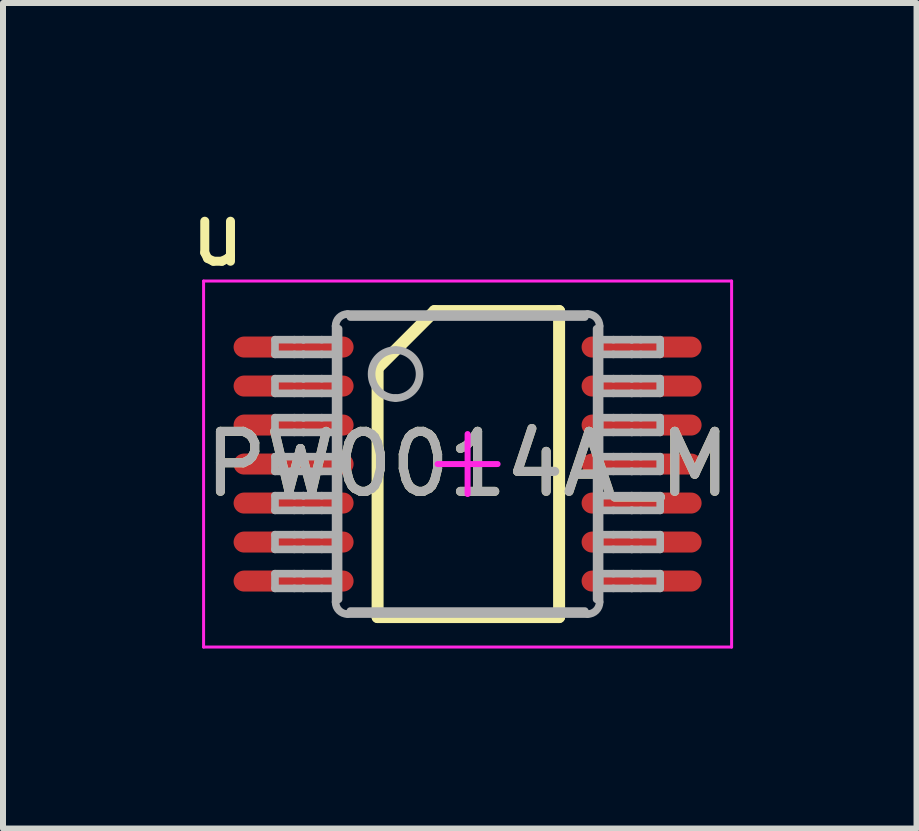
<source format=kicad_pcb>
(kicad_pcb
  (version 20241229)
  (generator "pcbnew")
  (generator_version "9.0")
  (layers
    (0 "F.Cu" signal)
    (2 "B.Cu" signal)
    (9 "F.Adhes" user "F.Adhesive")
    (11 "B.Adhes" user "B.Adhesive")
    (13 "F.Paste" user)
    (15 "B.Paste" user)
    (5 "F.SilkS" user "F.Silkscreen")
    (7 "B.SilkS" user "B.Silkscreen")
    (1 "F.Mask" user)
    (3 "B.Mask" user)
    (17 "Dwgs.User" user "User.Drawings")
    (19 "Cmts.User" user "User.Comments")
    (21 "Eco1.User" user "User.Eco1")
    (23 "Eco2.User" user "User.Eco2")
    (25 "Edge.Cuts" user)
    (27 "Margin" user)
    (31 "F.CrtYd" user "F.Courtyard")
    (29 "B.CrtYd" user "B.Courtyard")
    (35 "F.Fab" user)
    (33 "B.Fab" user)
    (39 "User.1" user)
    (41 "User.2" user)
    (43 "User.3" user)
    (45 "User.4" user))
  (footprint "PW0014A_M"
    (layer "F.Cu")
    (at 4.743 4.684)
    (property "Reference" "PW0014A_M" (at 0 0 0) (unlocked yes) (layer "F.SilkS") (effects (font (size 1 1) (thickness 0.15))))
    (attr smd)
    (fp_line (start -1.5 -1.6) (end -0.55 -2.55) (stroke (width 0.2) (type solid)) (layer "F.SilkS"))
    (fp_line (start -1.5 2.55) (end -1.5 -1.6) (stroke (width 0.2) (type solid)) (layer "F.SilkS"))
    (fp_line (start -1.5 2.55) (end 1.525 2.55) (stroke (width 0.2) (type solid)) (layer "F.SilkS"))
    (fp_line (start -0.55 -2.55) (end 1.525 -2.55) (stroke (width 0.2) (type solid)) (layer "F.SilkS"))
    (fp_line (start 1.525 2.55) (end 1.525 -2.55) (stroke (width 0.2) (type solid)) (layer "F.SilkS"))
    (fp_line (start -4.4 -3.05) (end 4.4 -3.05) (stroke (width 0.05) (type solid)) (layer "F.CrtYd"))
    (fp_line (start -4.4 3.05) (end -4.4 -3.05) (stroke (width 0.05) (type solid)) (layer "F.CrtYd"))
    (fp_line (start -4.4 3.05) (end 4.4 3.05) (stroke (width 0.05) (type solid)) (layer "F.CrtYd"))
    (fp_line (start -0.5 0) (end 0.5 0) (stroke (width 0.1) (type solid)) (layer "F.CrtYd"))
    (fp_line (start 0 0.5) (end 0 -0.5) (stroke (width 0.1) (type solid)) (layer "F.CrtYd"))
    (fp_line (start 4.4 3.05) (end 4.4 -3.05) (stroke (width 0.05) (type solid)) (layer "F.CrtYd"))
    (fp_line (start -3.21 -2.073) (end -2.887 -2.073) (stroke (width 0.127) (type solid)) (layer "F.Fab"))
    (fp_line (start -3.21 -1.828) (end -3.21 -2.073) (stroke (width 0.127) (type solid)) (layer "F.Fab"))
    (fp_line (start -3.21 -1.828) (end -2.887 -1.828) (stroke (width 0.127) (type solid)) (layer "F.Fab"))
    (fp_line (start -3.21 -1.423) (end -2.887 -1.423) (stroke (width 0.127) (type solid)) (layer "F.Fab"))
    (fp_line (start -3.21 -1.178) (end -3.21 -1.423) (stroke (width 0.127) (type solid)) (layer "F.Fab"))
    (fp_line (start -3.21 -1.178) (end -2.887 -1.178) (stroke (width 0.127) (type solid)) (layer "F.Fab"))
    (fp_line (start -3.21 -0.773) (end -2.887 -0.773) (stroke (width 0.127) (type solid)) (layer "F.Fab"))
    (fp_line (start -3.21 -0.528) (end -3.21 -0.773) (stroke (width 0.127) (type solid)) (layer "F.Fab"))
    (fp_line (start -3.21 -0.528) (end -2.887 -0.528) (stroke (width 0.127) (type solid)) (layer "F.Fab"))
    (fp_line (start -3.21 -0.123) (end -2.887 -0.123) (stroke (width 0.127) (type solid)) (layer "F.Fab"))
    (fp_line (start -3.21 0.122) (end -3.21 -0.123) (stroke (width 0.127) (type solid)) (layer "F.Fab"))
    (fp_line (start -3.21 0.122) (end -2.887 0.122) (stroke (width 0.127) (type solid)) (layer "F.Fab"))
    (fp_line (start -3.21 0.527) (end -2.887 0.527) (stroke (width 0.127) (type solid)) (layer "F.Fab"))
    (fp_line (start -3.21 0.772) (end -3.21 0.527) (stroke (width 0.127) (type solid)) (layer "F.Fab"))
    (fp_line (start -3.21 0.772) (end -2.887 0.772) (stroke (width 0.127) (type solid)) (layer "F.Fab"))
    (fp_line (start -3.21 1.177) (end -2.887 1.177) (stroke (width 0.127) (type solid)) (layer "F.Fab"))
    (fp_line (start -3.21 1.422) (end -3.21 1.177) (stroke (width 0.127) (type solid)) (layer "F.Fab"))
    (fp_line (start -3.21 1.422) (end -2.887 1.422) (stroke (width 0.127) (type solid)) (layer "F.Fab"))
    (fp_line (start -3.21 1.827) (end -2.887 1.827) (stroke (width 0.127) (type solid)) (layer "F.Fab"))
    (fp_line (start -3.21 2.072) (end -3.21 1.827) (stroke (width 0.127) (type solid)) (layer "F.Fab"))
    (fp_line (start -3.21 2.072) (end -2.887 2.072) (stroke (width 0.127) (type solid)) (layer "F.Fab"))
    (fp_line (start -2.887 -2.073) (end -2.739 -2.073) (stroke (width 0.127) (type solid)) (layer "F.Fab"))
    (fp_line (start -2.887 -1.828) (end -2.739 -1.828) (stroke (width 0.127) (type solid)) (layer "F.Fab"))
    (fp_line (start -2.887 -1.423) (end -2.739 -1.423) (stroke (width 0.127) (type solid)) (layer "F.Fab"))
    (fp_line (start -2.887 -1.178) (end -2.739 -1.178) (stroke (width 0.127) (type solid)) (layer "F.Fab"))
    (fp_line (start -2.887 -0.773) (end -2.739 -0.773) (stroke (width 0.127) (type solid)) (layer "F.Fab"))
    (fp_line (start -2.887 -0.528) (end -2.739 -0.528) (stroke (width 0.127) (type solid)) (layer "F.Fab"))
    (fp_line (start -2.887 -0.123) (end -2.739 -0.123) (stroke (width 0.127) (type solid)) (layer "F.Fab"))
    (fp_line (start -2.887 0.122) (end -2.739 0.122) (stroke (width 0.127) (type solid)) (layer "F.Fab"))
    (fp_line (start -2.887 0.527) (end -2.739 0.527) (stroke (width 0.127) (type solid)) (layer "F.Fab"))
    (fp_line (start -2.887 0.772) (end -2.739 0.772) (stroke (width 0.127) (type solid)) (layer "F.Fab"))
    (fp_line (start -2.887 1.177) (end -2.739 1.177) (stroke (width 0.127) (type solid)) (layer "F.Fab"))
    (fp_line (start -2.887 1.422) (end -2.739 1.422) (stroke (width 0.127) (type solid)) (layer "F.Fab"))
    (fp_line (start -2.887 1.827) (end -2.739 1.827) (stroke (width 0.127) (type solid)) (layer "F.Fab"))
    (fp_line (start -2.887 2.072) (end -2.739 2.072) (stroke (width 0.127) (type solid)) (layer "F.Fab"))
    (fp_line (start -2.739 -2.073) (end -2.733 -2.073) (stroke (width 0.127) (type solid)) (layer "F.Fab"))
    (fp_line (start -2.739 -1.828) (end -2.733 -1.828) (stroke (width 0.127) (type solid)) (layer "F.Fab"))
    (fp_line (start -2.739 -1.423) (end -2.733 -1.423) (stroke (width 0.127) (type solid)) (layer "F.Fab"))
    (fp_line (start -2.739 -1.178) (end -2.733 -1.178) (stroke (width 0.127) (type solid)) (layer "F.Fab"))
    (fp_line (start -2.739 -0.773) (end -2.733 -0.773) (stroke (width 0.127) (type solid)) (layer "F.Fab"))
    (fp_line (start -2.739 -0.528) (end -2.733 -0.528) (stroke (width 0.127) (type solid)) (layer "F.Fab"))
    (fp_line (start -2.739 -0.123) (end -2.733 -0.123) (stroke (width 0.127) (type solid)) (layer "F.Fab"))
    (fp_line (start -2.739 0.122) (end -2.733 0.122) (stroke (width 0.127) (type solid)) (layer "F.Fab"))
    (fp_line (start -2.739 0.527) (end -2.733 0.527) (stroke (width 0.127) (type solid)) (layer "F.Fab"))
    (fp_line (start -2.739 0.772) (end -2.733 0.772) (stroke (width 0.127) (type solid)) (layer "F.Fab"))
    (fp_line (start -2.739 1.177) (end -2.733 1.177) (stroke (width 0.127) (type solid)) (layer "F.Fab"))
    (fp_line (start -2.739 1.422) (end -2.733 1.422) (stroke (width 0.127) (type solid)) (layer "F.Fab"))
    (fp_line (start -2.739 1.827) (end -2.733 1.827) (stroke (width 0.127) (type solid)) (layer "F.Fab"))
    (fp_line (start -2.739 2.072) (end -2.733 2.072) (stroke (width 0.127) (type solid)) (layer "F.Fab"))
    (fp_line (start -2.733 -2.073) (end -2.431 -2.073) (stroke (width 0.127) (type solid)) (layer "F.Fab"))
    (fp_line (start -2.733 -1.828) (end -2.431 -1.828) (stroke (width 0.127) (type solid)) (layer "F.Fab"))
    (fp_line (start -2.733 -1.423) (end -2.431 -1.423) (stroke (width 0.127) (type solid)) (layer "F.Fab"))
    (fp_line (start -2.733 -1.178) (end -2.431 -1.178) (stroke (width 0.127) (type solid)) (layer "F.Fab"))
    (fp_line (start -2.733 -0.773) (end -2.431 -0.773) (stroke (width 0.127) (type solid)) (layer "F.Fab"))
    (fp_line (start -2.733 -0.528) (end -2.431 -0.528) (stroke (width 0.127) (type solid)) (layer "F.Fab"))
    (fp_line (start -2.733 -0.123) (end -2.431 -0.123) (stroke (width 0.127) (type solid)) (layer "F.Fab"))
    (fp_line (start -2.733 0.122) (end -2.431 0.122) (stroke (width 0.127) (type solid)) (layer "F.Fab"))
    (fp_line (start -2.733 0.527) (end -2.431 0.527) (stroke (width 0.127) (type solid)) (layer "F.Fab"))
    (fp_line (start -2.733 0.772) (end -2.431 0.772) (stroke (width 0.127) (type solid)) (layer "F.Fab"))
    (fp_line (start -2.733 1.177) (end -2.431 1.177) (stroke (width 0.127) (type solid)) (layer "F.Fab"))
    (fp_line (start -2.733 1.422) (end -2.431 1.422) (stroke (width 0.127) (type solid)) (layer "F.Fab"))
    (fp_line (start -2.733 1.827) (end -2.431 1.827) (stroke (width 0.127) (type solid)) (layer "F.Fab"))
    (fp_line (start -2.733 2.072) (end -2.431 2.072) (stroke (width 0.127) (type solid)) (layer "F.Fab"))
    (fp_line (start -2.431 -2.073) (end -2.2 -2.073) (stroke (width 0.127) (type solid)) (layer "F.Fab"))
    (fp_line (start -2.431 -1.828) (end -2.2 -1.828) (stroke (width 0.127) (type solid)) (layer "F.Fab"))
    (fp_line (start -2.431 -1.423) (end -2.2 -1.423) (stroke (width 0.127) (type solid)) (layer "F.Fab"))
    (fp_line (start -2.431 -1.178) (end -2.2 -1.178) (stroke (width 0.127) (type solid)) (layer "F.Fab"))
    (fp_line (start -2.431 -0.773) (end -2.2 -0.773) (stroke (width 0.127) (type solid)) (layer "F.Fab"))
    (fp_line (start -2.431 -0.528) (end -2.2 -0.528) (stroke (width 0.127) (type solid)) (layer "F.Fab"))
    (fp_line (start -2.431 -0.123) (end -2.2 -0.123) (stroke (width 0.127) (type solid)) (layer "F.Fab"))
    (fp_line (start -2.431 0.122) (end -2.2 0.122) (stroke (width 0.127) (type solid)) (layer "F.Fab"))
    (fp_line (start -2.431 0.527) (end -2.2 0.527) (stroke (width 0.127) (type solid)) (layer "F.Fab"))
    (fp_line (start -2.431 0.772) (end -2.2 0.772) (stroke (width 0.127) (type solid)) (layer "F.Fab"))
    (fp_line (start -2.431 1.177) (end -2.2 1.177) (stroke (width 0.127) (type solid)) (layer "F.Fab"))
    (fp_line (start -2.431 1.422) (end -2.2 1.422) (stroke (width 0.127) (type solid)) (layer "F.Fab"))
    (fp_line (start -2.431 1.827) (end -2.2 1.827) (stroke (width 0.127) (type solid)) (layer "F.Fab"))
    (fp_line (start -2.431 2.072) (end -2.2 2.072) (stroke (width 0.127) (type solid)) (layer "F.Fab"))
    (fp_line (start -2.2 -1.828) (end -2.2 -2.073) (stroke (width 0.127) (type solid)) (layer "F.Fab"))
    (fp_line (start -2.2 -1.178) (end -2.2 -1.423) (stroke (width 0.127) (type solid)) (layer "F.Fab"))
    (fp_line (start -2.2 -0.528) (end -2.2 -0.773) (stroke (width 0.127) (type solid)) (layer "F.Fab"))
    (fp_line (start -2.2 0.122) (end -2.2 -0.123) (stroke (width 0.127) (type solid)) (layer "F.Fab"))
    (fp_line (start -2.2 0.772) (end -2.2 0.527) (stroke (width 0.127) (type solid)) (layer "F.Fab"))
    (fp_line (start -2.2 1.422) (end -2.2 1.177) (stroke (width 0.127) (type solid)) (layer "F.Fab"))
    (fp_line (start -2.2 2.072) (end -2.2 1.827) (stroke (width 0.127) (type solid)) (layer "F.Fab"))
    (fp_line (start -2.2 2.3) (end -2.2 -2.3) (stroke (width 0.127) (type solid)) (layer "F.Fab"))
    (fp_line (start -2.15 2.254) (end -2.15 -2.254) (stroke (width 0.127) (type solid)) (layer "F.Fab"))
    (fp_line (start -2 -2.5) (end 2 -2.5) (stroke (width 0.127) (type solid)) (layer "F.Fab"))
    (fp_line (start -2 2.5) (end 2 2.5) (stroke (width 0.127) (type solid)) (layer "F.Fab"))
    (fp_line (start -1.954 -2.45) (end 1.954 -2.45) (stroke (width 0.127) (type solid)) (layer "F.Fab"))
    (fp_line (start -1.954 2.45) (end 1.954 2.45) (stroke (width 0.127) (type solid)) (layer "F.Fab"))
    (fp_line (start 2.15 2.254) (end 2.15 -2.254) (stroke (width 0.127) (type solid)) (layer "F.Fab"))
    (fp_line (start 2.2 -2.073) (end 2.43 -2.073) (stroke (width 0.127) (type solid)) (layer "F.Fab"))
    (fp_line (start 2.2 -1.828) (end 2.2 -2.073) (stroke (width 0.127) (type solid)) (layer "F.Fab"))
    (fp_line (start 2.2 -1.828) (end 2.43 -1.828) (stroke (width 0.127) (type solid)) (layer "F.Fab"))
    (fp_line (start 2.2 -1.423) (end 2.43 -1.423) (stroke (width 0.127) (type solid)) (layer "F.Fab"))
    (fp_line (start 2.2 -1.178) (end 2.2 -1.423) (stroke (width 0.127) (type solid)) (layer "F.Fab"))
    (fp_line (start 2.2 -1.178) (end 2.43 -1.178) (stroke (width 0.127) (type solid)) (layer "F.Fab"))
    (fp_line (start 2.2 -0.773) (end 2.43 -0.773) (stroke (width 0.127) (type solid)) (layer "F.Fab"))
    (fp_line (start 2.2 -0.528) (end 2.2 -0.773) (stroke (width 0.127) (type solid)) (layer "F.Fab"))
    (fp_line (start 2.2 -0.528) (end 2.43 -0.528) (stroke (width 0.127) (type solid)) (layer "F.Fab"))
    (fp_line (start 2.2 -0.123) (end 2.43 -0.123) (stroke (width 0.127) (type solid)) (layer "F.Fab"))
    (fp_line (start 2.2 0.122) (end 2.2 -0.123) (stroke (width 0.127) (type solid)) (layer "F.Fab"))
    (fp_line (start 2.2 0.122) (end 2.43 0.122) (stroke (width 0.127) (type solid)) (layer "F.Fab"))
    (fp_line (start 2.2 0.527) (end 2.43 0.527) (stroke (width 0.127) (type solid)) (layer "F.Fab"))
    (fp_line (start 2.2 0.772) (end 2.2 0.527) (stroke (width 0.127) (type solid)) (layer "F.Fab"))
    (fp_line (start 2.2 0.772) (end 2.43 0.772) (stroke (width 0.127) (type solid)) (layer "F.Fab"))
    (fp_line (start 2.2 1.177) (end 2.43 1.177) (stroke (width 0.127) (type solid)) (layer "F.Fab"))
    (fp_line (start 2.2 1.422) (end 2.2 1.177) (stroke (width 0.127) (type solid)) (layer "F.Fab"))
    (fp_line (start 2.2 1.422) (end 2.43 1.422) (stroke (width 0.127) (type solid)) (layer "F.Fab"))
    (fp_line (start 2.2 1.827) (end 2.43 1.827) (stroke (width 0.127) (type solid)) (layer "F.Fab"))
    (fp_line (start 2.2 2.072) (end 2.2 1.827) (stroke (width 0.127) (type solid)) (layer "F.Fab"))
    (fp_line (start 2.2 2.072) (end 2.43 2.072) (stroke (width 0.127) (type solid)) (layer "F.Fab"))
    (fp_line (start 2.2 2.3) (end 2.2 -2.3) (stroke (width 0.127) (type solid)) (layer "F.Fab"))
    (fp_line (start 2.43 -2.073) (end 2.733 -2.073) (stroke (width 0.127) (type solid)) (layer "F.Fab"))
    (fp_line (start 2.43 -1.828) (end 2.733 -1.828) (stroke (width 0.127) (type solid)) (layer "F.Fab"))
    (fp_line (start 2.43 -1.423) (end 2.733 -1.423) (stroke (width 0.127) (type solid)) (layer "F.Fab"))
    (fp_line (start 2.43 -1.178) (end 2.733 -1.178) (stroke (width 0.127) (type solid)) (layer "F.Fab"))
    (fp_line (start 2.43 -0.773) (end 2.733 -0.773) (stroke (width 0.127) (type solid)) (layer "F.Fab"))
    (fp_line (start 2.43 -0.528) (end 2.733 -0.528) (stroke (width 0.127) (type solid)) (layer "F.Fab"))
    (fp_line (start 2.43 -0.123) (end 2.733 -0.123) (stroke (width 0.127) (type solid)) (layer "F.Fab"))
    (fp_line (start 2.43 0.122) (end 2.733 0.122) (stroke (width 0.127) (type solid)) (layer "F.Fab"))
    (fp_line (start 2.43 0.527) (end 2.733 0.527) (stroke (width 0.127) (type solid)) (layer "F.Fab"))
    (fp_line (start 2.43 0.772) (end 2.733 0.772) (stroke (width 0.127) (type solid)) (layer "F.Fab"))
    (fp_line (start 2.43 1.177) (end 2.733 1.177) (stroke (width 0.127) (type solid)) (layer "F.Fab"))
    (fp_line (start 2.43 1.422) (end 2.733 1.422) (stroke (width 0.127) (type solid)) (layer "F.Fab"))
    (fp_line (start 2.43 1.827) (end 2.733 1.827) (stroke (width 0.127) (type solid)) (layer "F.Fab"))
    (fp_line (start 2.43 2.072) (end 2.733 2.072) (stroke (width 0.127) (type solid)) (layer "F.Fab"))
    (fp_line (start 2.733 -2.073) (end 2.739 -2.073) (stroke (width 0.127) (type solid)) (layer "F.Fab"))
    (fp_line (start 2.733 -1.828) (end 2.739 -1.828) (stroke (width 0.127) (type solid)) (layer "F.Fab"))
    (fp_line (start 2.733 -1.423) (end 2.739 -1.423) (stroke (width 0.127) (type solid)) (layer "F.Fab"))
    (fp_line (start 2.733 -1.178) (end 2.739 -1.178) (stroke (width 0.127) (type solid)) (layer "F.Fab"))
    (fp_line (start 2.733 -0.773) (end 2.739 -0.773) (stroke (width 0.127) (type solid)) (layer "F.Fab"))
    (fp_line (start 2.733 -0.528) (end 2.739 -0.528) (stroke (width 0.127) (type solid)) (layer "F.Fab"))
    (fp_line (start 2.733 -0.123) (end 2.739 -0.123) (stroke (width 0.127) (type solid)) (layer "F.Fab"))
    (fp_line (start 2.733 0.122) (end 2.739 0.122) (stroke (width 0.127) (type solid)) (layer "F.Fab"))
    (fp_line (start 2.733 0.527) (end 2.739 0.527) (stroke (width 0.127) (type solid)) (layer "F.Fab"))
    (fp_line (start 2.733 0.772) (end 2.739 0.772) (stroke (width 0.127) (type solid)) (layer "F.Fab"))
    (fp_line (start 2.733 1.177) (end 2.739 1.177) (stroke (width 0.127) (type solid)) (layer "F.Fab"))
    (fp_line (start 2.733 1.422) (end 2.739 1.422) (stroke (width 0.127) (type solid)) (layer "F.Fab"))
    (fp_line (start 2.733 1.827) (end 2.739 1.827) (stroke (width 0.127) (type solid)) (layer "F.Fab"))
    (fp_line (start 2.733 2.072) (end 2.739 2.072) (stroke (width 0.127) (type solid)) (layer "F.Fab"))
    (fp_line (start 2.739 -2.073) (end 2.887 -2.073) (stroke (width 0.127) (type solid)) (layer "F.Fab"))
    (fp_line (start 2.739 -1.828) (end 2.887 -1.828) (stroke (width 0.127) (type solid)) (layer "F.Fab"))
    (fp_line (start 2.739 -1.423) (end 2.887 -1.423) (stroke (width 0.127) (type solid)) (layer "F.Fab"))
    (fp_line (start 2.739 -1.178) (end 2.887 -1.178) (stroke (width 0.127) (type solid)) (layer "F.Fab"))
    (fp_line (start 2.739 -0.773) (end 2.887 -0.773) (stroke (width 0.127) (type solid)) (layer "F.Fab"))
    (fp_line (start 2.739 -0.528) (end 2.887 -0.528) (stroke (width 0.127) (type solid)) (layer "F.Fab"))
    (fp_line (start 2.739 -0.123) (end 2.887 -0.123) (stroke (width 0.127) (type solid)) (layer "F.Fab"))
    (fp_line (start 2.739 0.122) (end 2.887 0.122) (stroke (width 0.127) (type solid)) (layer "F.Fab"))
    (fp_line (start 2.739 0.527) (end 2.887 0.527) (stroke (width 0.127) (type solid)) (layer "F.Fab"))
    (fp_line (start 2.739 0.772) (end 2.887 0.772) (stroke (width 0.127) (type solid)) (layer "F.Fab"))
    (fp_line (start 2.739 1.177) (end 2.887 1.177) (stroke (width 0.127) (type solid)) (layer "F.Fab"))
    (fp_line (start 2.739 1.422) (end 2.887 1.422) (stroke (width 0.127) (type solid)) (layer "F.Fab"))
    (fp_line (start 2.739 1.827) (end 2.887 1.827) (stroke (width 0.127) (type solid)) (layer "F.Fab"))
    (fp_line (start 2.739 2.072) (end 2.887 2.072) (stroke (width 0.127) (type solid)) (layer "F.Fab"))
    (fp_line (start 2.887 -2.073) (end 3.21 -2.073) (stroke (width 0.127) (type solid)) (layer "F.Fab"))
    (fp_line (start 2.887 -1.828) (end 3.21 -1.828) (stroke (width 0.127) (type solid)) (layer "F.Fab"))
    (fp_line (start 2.887 -1.423) (end 3.21 -1.423) (stroke (width 0.127) (type solid)) (layer "F.Fab"))
    (fp_line (start 2.887 -1.178) (end 3.21 -1.178) (stroke (width 0.127) (type solid)) (layer "F.Fab"))
    (fp_line (start 2.887 -0.773) (end 3.21 -0.773) (stroke (width 0.127) (type solid)) (layer "F.Fab"))
    (fp_line (start 2.887 -0.528) (end 3.21 -0.528) (stroke (width 0.127) (type solid)) (layer "F.Fab"))
    (fp_line (start 2.887 -0.123) (end 3.21 -0.123) (stroke (width 0.127) (type solid)) (layer "F.Fab"))
    (fp_line (start 2.887 0.122) (end 3.21 0.122) (stroke (width 0.127) (type solid)) (layer "F.Fab"))
    (fp_line (start 2.887 0.527) (end 3.21 0.527) (stroke (width 0.127) (type solid)) (layer "F.Fab"))
    (fp_line (start 2.887 0.772) (end 3.21 0.772) (stroke (width 0.127) (type solid)) (layer "F.Fab"))
    (fp_line (start 2.887 1.177) (end 3.21 1.177) (stroke (width 0.127) (type solid)) (layer "F.Fab"))
    (fp_line (start 2.887 1.422) (end 3.21 1.422) (stroke (width 0.127) (type solid)) (layer "F.Fab"))
    (fp_line (start 2.887 1.827) (end 3.21 1.827) (stroke (width 0.127) (type solid)) (layer "F.Fab"))
    (fp_line (start 2.887 2.072) (end 3.21 2.072) (stroke (width 0.127) (type solid)) (layer "F.Fab"))
    (fp_line (start 3.21 -1.828) (end 3.21 -2.073) (stroke (width 0.127) (type solid)) (layer "F.Fab"))
    (fp_line (start 3.21 -1.178) (end 3.21 -1.423) (stroke (width 0.127) (type solid)) (layer "F.Fab"))
    (fp_line (start 3.21 -0.528) (end 3.21 -0.773) (stroke (width 0.127) (type solid)) (layer "F.Fab"))
    (fp_line (start 3.21 0.122) (end 3.21 -0.123) (stroke (width 0.127) (type solid)) (layer "F.Fab"))
    (fp_line (start 3.21 0.772) (end 3.21 0.527) (stroke (width 0.127) (type solid)) (layer "F.Fab"))
    (fp_line (start 3.21 1.422) (end 3.21 1.177) (stroke (width 0.127) (type solid)) (layer "F.Fab"))
    (fp_line (start 3.21 2.072) (end 3.21 1.827) (stroke (width 0.127) (type solid)) (layer "F.Fab"))
    (fp_arc (start -2.200001 -2.3) (mid -2.141422 -2.441421) (end -2.000001 -2.5) (stroke (width 0.127) (type solid)) (layer "F.Fab"))
    (fp_arc (start -2.000001 2.49999) (mid -2.141422 2.441412) (end -2.200001 2.29999) (stroke (width 0.127) (type solid)) (layer "F.Fab"))
    (fp_arc (start -1.200003 -1.900001) (mid -0.800003 -1.500002) (end -1.200003 -1.100003) (stroke (width 0.127) (type solid)) (layer "F.Fab"))
    (fp_arc (start -1.200003 -1.100003) (mid -1.600002 -1.500002) (end -1.200003 -1.900001) (stroke (width 0.127) (type solid)) (layer "F.Fab"))
    (fp_arc (start 1.999991 -2.5) (mid 2.141412 -2.441422) (end 2.199991 -2.3) (stroke (width 0.127) (type solid)) (layer "F.Fab"))
    (fp_arc (start 2.199991 2.29999) (mid 2.141412 2.441411) (end 1.999991 2.49999) (stroke (width 0.127) (type solid)) (layer "F.Fab"))
    (fp_text user "u" (at -4.166 -3.835 0) (unlocked yes) (layer "F.SilkS") (effects (font (size 1 1) (thickness 0.15))))
    (fp_text user "${REFERENCE}" (at 0 0 0) (unlocked yes) (layer "F.Fab") (effects (font (size 1 1) (thickness 0.15))))
    (pad "1" smd oval (at -2.9 -1.95 90) (size 0.35 2) (layers "F.Cu" "F.Mask" "F.Paste"))
    (pad "2" smd oval (at -2.9 -1.3 90) (size 0.35 2) (layers "F.Cu" "F.Mask" "F.Paste"))
    (pad "3" smd oval (at -2.9 -0.65 90) (size 0.35 2) (layers "F.Cu" "F.Mask" "F.Paste"))
    (pad "4" smd oval (at -2.9 0 90) (size 0.35 2) (layers "F.Cu" "F.Mask" "F.Paste"))
    (pad "5" smd oval (at -2.9 0.65 90) (size 0.35 2) (layers "F.Cu" "F.Mask" "F.Paste"))
    (pad "6" smd oval (at -2.9 1.3 90) (size 0.35 2) (layers "F.Cu" "F.Mask" "F.Paste"))
    (pad "7" smd oval (at -2.9 1.95 90) (size 0.35 2) (layers "F.Cu" "F.Mask" "F.Paste"))
    (pad "8" smd oval (at 2.9 1.95 90) (size 0.35 2) (layers "F.Cu" "F.Mask" "F.Paste"))
    (pad "9" smd oval (at 2.9 1.3 90) (size 0.35 2) (layers "F.Cu" "F.Mask" "F.Paste"))
    (pad "10" smd oval (at 2.9 0.65 90) (size 0.35 2) (layers "F.Cu" "F.Mask" "F.Paste"))
    (pad "11" smd oval (at 2.9 0 90) (size 0.35 2) (layers "F.Cu" "F.Mask" "F.Paste"))
    (pad "12" smd oval (at 2.9 -0.65 90) (size 0.35 2) (layers "F.Cu" "F.Mask" "F.Paste"))
    (pad "13" smd oval (at 2.9 -1.3 90) (size 0.35 2) (layers "F.Cu" "F.Mask" "F.Paste"))
    (pad "14" smd oval (at 2.9 -1.95 90) (size 0.35 2) (layers "F.Cu" "F.Mask" "F.Paste")))
  (gr_rect
    (start -3 -3)
    (end 12.225 10.759)
    (stroke (width 0.1) (type default))
    (fill no)
    (layer "Edge.Cuts")))
</source>
